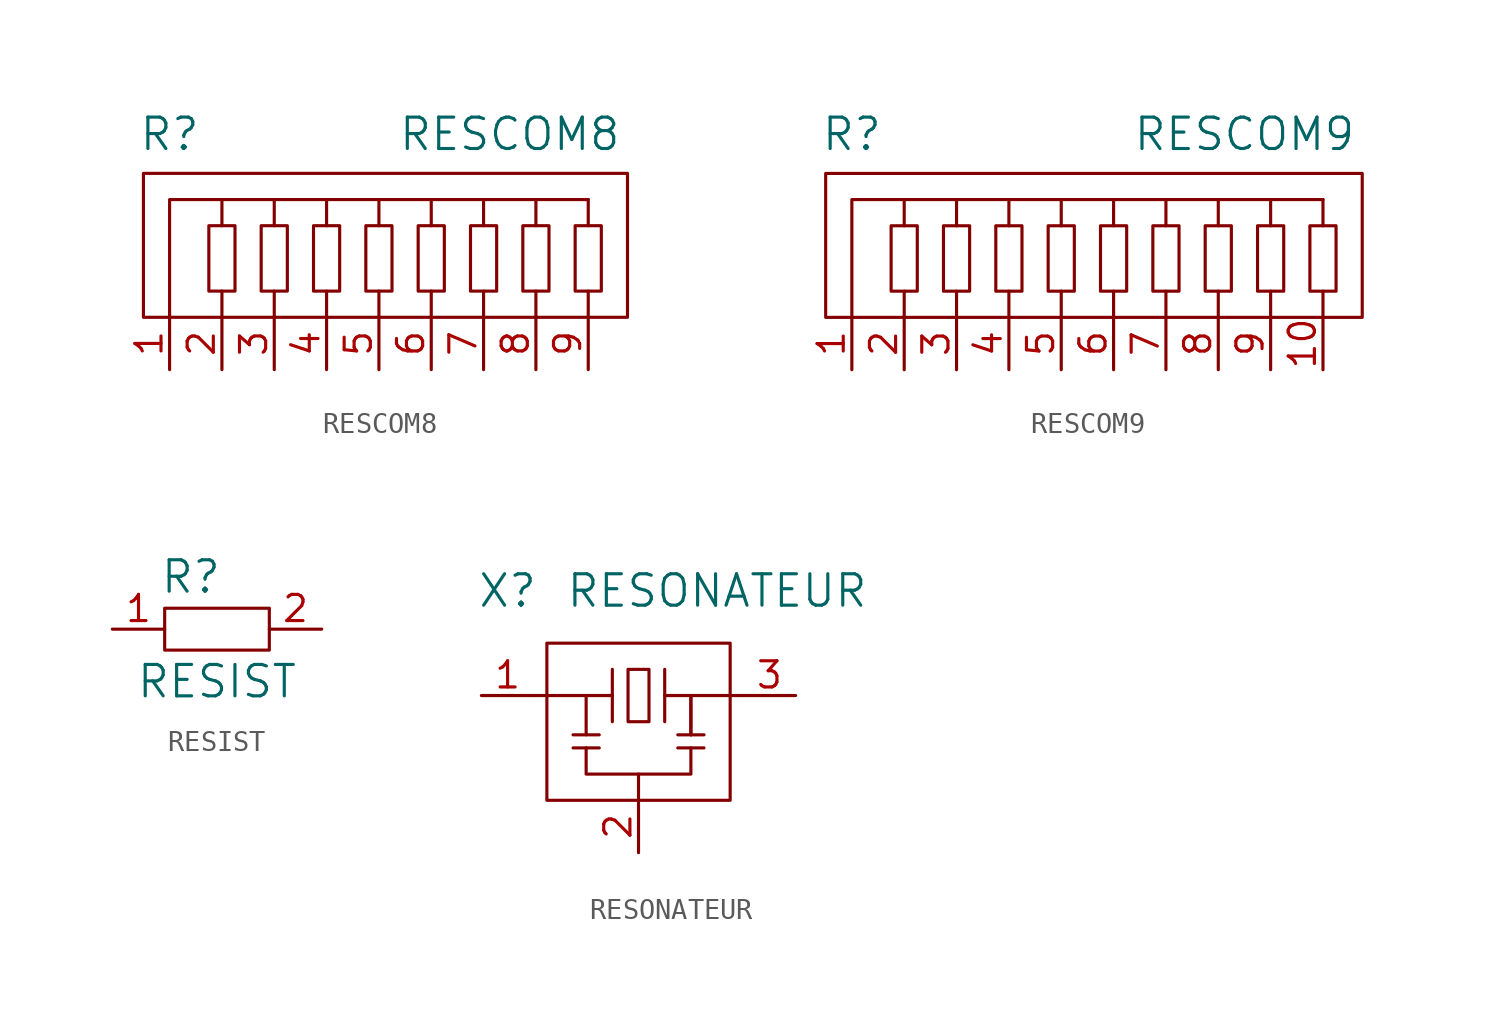
<source format=kicad_sym>
(kicad_symbol_lib
  (version 20211014)
  (generator kicad_symbol_editor)
  (symbol "RESCOM8"
    (pin_names
      (offset 1.016) hide)
    (property "Reference" "R"
      (at -10.16 6.35 0)
      (effects (font (size 1.524 1.524))))
    (property "Value" "RESCOM8"
      (at 6.35 6.35 0)
      (effects (font (size 1.524 1.524))))
    (property "Footprint" ""
      (at 0 0 0)
      (effects (font (size 1.524 1.524))))
    (property "Datasheet" ""
      (at 0 0 0)
      (effects (font (size 1.524 1.524))))
    (symbol "RESCOM8_0_1"
      (rectangle (start -8.255 -1.27) (end -6.985 1.905) (stroke (width 0) (type default) (color 0 0 0 0)) (fill (type none)))
      (rectangle (start -5.715 1.905) (end -4.445 -1.27) (stroke (width 0) (type default) (color 0 0 0 0)) (fill (type none)))
      (rectangle (start -3.175 1.905) (end -1.905 -1.27) (stroke (width 0) (type default) (color 0 0 0 0)) (fill (type none)))
      (rectangle (start -0.635 1.905) (end 0.635 -1.27) (stroke (width 0) (type default) (color 0 0 0 0)) (fill (type none)))
      (polyline (pts (xy -7.62 -1.27) (xy -7.62 -2.54)) (stroke (width 0) (type default) (color 0 0 0 0)) (fill (type none)))
      (polyline (pts (xy -7.62 3.175) (xy -7.62 1.905)) (stroke (width 0) (type default) (color 0 0 0 0)) (fill (type none)))
      (polyline (pts (xy -5.08 -1.27) (xy -5.08 -2.54)) (stroke (width 0) (type default) (color 0 0 0 0)) (fill (type none)))
      (polyline (pts (xy -5.08 3.175) (xy -5.08 1.905)) (stroke (width 0) (type default) (color 0 0 0 0)) (fill (type none)))
      (polyline (pts (xy -2.54 -1.27) (xy -2.54 -2.54)) (stroke (width 0) (type default) (color 0 0 0 0)) (fill (type none)))
      (polyline (pts (xy -2.54 3.175) (xy -2.54 1.905)) (stroke (width 0) (type default) (color 0 0 0 0)) (fill (type none)))
      (polyline (pts (xy 0 -1.27) (xy 0 -2.54)) (stroke (width 0) (type default) (color 0 0 0 0)) (fill (type none)))
      (polyline (pts (xy 0 3.175) (xy 0 1.905)) (stroke (width 0) (type default) (color 0 0 0 0)) (fill (type none)))
      (polyline (pts (xy 2.54 -1.27) (xy 2.54 -2.54)) (stroke (width 0) (type default) (color 0 0 0 0)) (fill (type none)))
      (polyline (pts (xy 2.54 3.175) (xy 2.54 1.905)) (stroke (width 0) (type default) (color 0 0 0 0)) (fill (type none)))
      (polyline (pts (xy 5.08 -1.27) (xy 5.08 -2.54)) (stroke (width 0) (type default) (color 0 0 0 0)) (fill (type none)))
      (polyline (pts (xy 5.08 3.175) (xy 5.08 1.905)) (stroke (width 0) (type default) (color 0 0 0 0)) (fill (type none)))
      (polyline (pts (xy 7.62 -1.27) (xy 7.62 -2.54)) (stroke (width 0) (type default) (color 0 0 0 0)) (fill (type none)))
      (polyline (pts (xy 7.62 3.175) (xy 7.62 1.905)) (stroke (width 0) (type default) (color 0 0 0 0)) (fill (type none)))
      (polyline (pts (xy 10.16 -1.27) (xy 10.16 -2.54)) (stroke (width 0) (type default) (color 0 0 0 0)) (fill (type none)))
      (polyline (pts (xy 10.16 3.175) (xy 10.16 1.905)) (stroke (width 0) (type default) (color 0 0 0 0)) (fill (type none)))
      (polyline (pts (xy 10.16 3.175) (xy -10.16 3.175) (xy -10.16 -2.54)) (stroke (width 0) (type default) (color 0 0 0 0)) (fill (type none)))
      (rectangle (start 1.905 1.905) (end 3.175 -1.27) (stroke (width 0) (type default) (color 0 0 0 0)) (fill (type none)))
      (rectangle (start 4.445 1.905) (end 5.715 -1.27) (stroke (width 0) (type default) (color 0 0 0 0)) (fill (type none)))
      (rectangle (start 6.985 1.905) (end 8.255 -1.27) (stroke (width 0) (type default) (color 0 0 0 0)) (fill (type none)))
      (rectangle (start 9.525 1.905) (end 10.795 -1.27) (stroke (width 0) (type default) (color 0 0 0 0)) (fill (type none)))
      (rectangle (start 12.065 -2.54) (end -11.43 4.445) (stroke (width 0) (type default) (color 0 0 0 0)) (fill (type none))))
    (symbol "RESCOM8_1_1"
      (pin passive line (at -10.16 -5.08 90) (length 2.54) (name "1" (effects (font (size 1.27 1.27)))) (number "1" (effects (font (size 1.27 1.27)))))
      (pin passive line (at -7.62 -5.08 90) (length 2.54) (name "2" (effects (font (size 1.27 1.27)))) (number "2" (effects (font (size 1.27 1.27)))))
      (pin passive line (at -5.08 -5.08 90) (length 2.54) (name "3" (effects (font (size 1.27 1.27)))) (number "3" (effects (font (size 1.27 1.27)))))
      (pin passive line (at -2.54 -5.08 90) (length 2.54) (name "4" (effects (font (size 1.27 1.27)))) (number "4" (effects (font (size 1.27 1.27)))))
      (pin passive line (at 0 -5.08 90) (length 2.54) (name "5" (effects (font (size 1.27 1.27)))) (number "5" (effects (font (size 1.27 1.27)))))
      (pin passive line (at 2.54 -5.08 90) (length 2.54) (name "6" (effects (font (size 1.27 1.27)))) (number "6" (effects (font (size 1.27 1.27)))))
      (pin passive line (at 5.08 -5.08 90) (length 2.54) (name "7" (effects (font (size 1.27 1.27)))) (number "7" (effects (font (size 1.27 1.27)))))
      (pin passive line (at 7.62 -5.08 90) (length 2.54) (name "8" (effects (font (size 1.27 1.27)))) (number "8" (effects (font (size 1.27 1.27)))))
      (pin passive line (at 10.16 -5.08 90) (length 2.54) (name "9" (effects (font (size 1.27 1.27)))) (number "9" (effects (font (size 1.27 1.27)))))))
  (symbol "RESCOM9"
    (pin_names
      (offset 1.016) hide)
    (property "Reference" "R"
      (at -11.43 6.35 0)
      (effects (font (size 1.524 1.524))))
    (property "Value" "RESCOM9"
      (at 7.62 6.35 0)
      (effects (font (size 1.524 1.524))))
    (property "Footprint" ""
      (at 0 0 0)
      (effects (font (size 1.524 1.524))))
    (property "Datasheet" ""
      (at 0 0 0)
      (effects (font (size 1.524 1.524))))
    (symbol "RESCOM9_0_1"
      (rectangle (start -9.525 -1.27) (end -8.255 1.905) (stroke (width 0) (type default) (color 0 0 0 0)) (fill (type none)))
      (rectangle (start -6.985 1.905) (end -5.715 -1.27) (stroke (width 0) (type default) (color 0 0 0 0)) (fill (type none)))
      (rectangle (start -4.445 1.905) (end -3.175 -1.27) (stroke (width 0) (type default) (color 0 0 0 0)) (fill (type none)))
      (rectangle (start -1.905 1.905) (end -0.635 -1.27) (stroke (width 0) (type default) (color 0 0 0 0)) (fill (type none)))
      (polyline (pts (xy -8.89 -1.27) (xy -8.89 -2.54)) (stroke (width 0) (type default) (color 0 0 0 0)) (fill (type none)))
      (polyline (pts (xy -8.89 3.175) (xy -8.89 1.905)) (stroke (width 0) (type default) (color 0 0 0 0)) (fill (type none)))
      (polyline (pts (xy -6.35 -1.27) (xy -6.35 -2.54)) (stroke (width 0) (type default) (color 0 0 0 0)) (fill (type none)))
      (polyline (pts (xy -6.35 3.175) (xy -6.35 1.905)) (stroke (width 0) (type default) (color 0 0 0 0)) (fill (type none)))
      (polyline (pts (xy -3.81 -1.27) (xy -3.81 -2.54)) (stroke (width 0) (type default) (color 0 0 0 0)) (fill (type none)))
      (polyline (pts (xy -3.81 3.175) (xy -3.81 1.905)) (stroke (width 0) (type default) (color 0 0 0 0)) (fill (type none)))
      (polyline (pts (xy -1.27 -1.27) (xy -1.27 -2.54)) (stroke (width 0) (type default) (color 0 0 0 0)) (fill (type none)))
      (polyline (pts (xy -1.27 3.175) (xy -1.27 1.905)) (stroke (width 0) (type default) (color 0 0 0 0)) (fill (type none)))
      (polyline (pts (xy 1.27 -1.27) (xy 1.27 -2.54)) (stroke (width 0) (type default) (color 0 0 0 0)) (fill (type none)))
      (polyline (pts (xy 1.27 3.175) (xy 1.27 1.905)) (stroke (width 0) (type default) (color 0 0 0 0)) (fill (type none)))
      (polyline (pts (xy 3.81 -1.27) (xy 3.81 -2.54)) (stroke (width 0) (type default) (color 0 0 0 0)) (fill (type none)))
      (polyline (pts (xy 3.81 3.175) (xy 3.81 1.905)) (stroke (width 0) (type default) (color 0 0 0 0)) (fill (type none)))
      (polyline (pts (xy 6.35 -1.27) (xy 6.35 -2.54)) (stroke (width 0) (type default) (color 0 0 0 0)) (fill (type none)))
      (polyline (pts (xy 6.35 3.175) (xy 6.35 1.905)) (stroke (width 0) (type default) (color 0 0 0 0)) (fill (type none)))
      (polyline (pts (xy 8.89 -1.27) (xy 8.89 -2.54)) (stroke (width 0) (type default) (color 0 0 0 0)) (fill (type none)))
      (polyline (pts (xy 8.89 3.175) (xy 8.89 1.905)) (stroke (width 0) (type default) (color 0 0 0 0)) (fill (type none)))
      (polyline (pts (xy 11.43 -1.27) (xy 11.43 -2.54)) (stroke (width 0) (type default) (color 0 0 0 0)) (fill (type none)))
      (polyline (pts (xy 11.43 1.905) (xy 11.43 3.175)) (stroke (width 0) (type default) (color 0 0 0 0)) (fill (type none)))
      (polyline (pts (xy 11.43 3.175) (xy -11.43 3.175) (xy -11.43 -2.54)) (stroke (width 0) (type default) (color 0 0 0 0)) (fill (type none)))
      (rectangle (start 0.635 1.905) (end 1.905 -1.27) (stroke (width 0) (type default) (color 0 0 0 0)) (fill (type none)))
      (rectangle (start 3.175 1.905) (end 4.445 -1.27) (stroke (width 0) (type default) (color 0 0 0 0)) (fill (type none)))
      (rectangle (start 5.715 1.905) (end 6.985 -1.27) (stroke (width 0) (type default) (color 0 0 0 0)) (fill (type none)))
      (rectangle (start 8.255 1.905) (end 9.525 -1.27) (stroke (width 0) (type default) (color 0 0 0 0)) (fill (type none)))
      (rectangle (start 10.795 1.905) (end 12.065 -1.27) (stroke (width 0) (type default) (color 0 0 0 0)) (fill (type none)))
      (rectangle (start 13.335 -2.54) (end -12.7 4.445) (stroke (width 0) (type default) (color 0 0 0 0)) (fill (type none))))
    (symbol "RESCOM9_1_1"
      (pin passive line (at -11.43 -5.08 90) (length 2.54) (name "1" (effects (font (size 1.27 1.27)))) (number "1" (effects (font (size 1.27 1.27)))))
      (pin passive line (at 11.43 -5.08 90) (length 2.54) (name "10" (effects (font (size 1.27 1.27)))) (number "10" (effects (font (size 1.27 1.27)))))
      (pin passive line (at -8.89 -5.08 90) (length 2.54) (name "2" (effects (font (size 1.27 1.27)))) (number "2" (effects (font (size 1.27 1.27)))))
      (pin passive line (at -6.35 -5.08 90) (length 2.54) (name "3" (effects (font (size 1.27 1.27)))) (number "3" (effects (font (size 1.27 1.27)))))
      (pin passive line (at -3.81 -5.08 90) (length 2.54) (name "4" (effects (font (size 1.27 1.27)))) (number "4" (effects (font (size 1.27 1.27)))))
      (pin passive line (at -1.27 -5.08 90) (length 2.54) (name "5" (effects (font (size 1.27 1.27)))) (number "5" (effects (font (size 1.27 1.27)))))
      (pin passive line (at 1.27 -5.08 90) (length 2.54) (name "6" (effects (font (size 1.27 1.27)))) (number "6" (effects (font (size 1.27 1.27)))))
      (pin passive line (at 3.81 -5.08 90) (length 2.54) (name "7" (effects (font (size 1.27 1.27)))) (number "7" (effects (font (size 1.27 1.27)))))
      (pin passive line (at 6.35 -5.08 90) (length 2.54) (name "8" (effects (font (size 1.27 1.27)))) (number "8" (effects (font (size 1.27 1.27)))))
      (pin passive line (at 8.89 -5.08 90) (length 2.54) (name "9" (effects (font (size 1.27 1.27)))) (number "9" (effects (font (size 1.27 1.27)))))))
  (symbol "RESIST"
    (pin_names
      (offset 1.016))
    (property "Reference" "R"
      (at -1.27 2.54 0)
      (effects (font (size 1.524 1.524))))
    (property "Value" "RESIST"
      (at 0 -2.54 0)
      (effects (font (size 1.524 1.524))))
    (property "Footprint" ""
      (at 0 0 0)
      (effects (font (size 1.524 1.524))))
    (property "Datasheet" ""
      (at 0 0 0)
      (effects (font (size 1.524 1.524))))
    (symbol "RESIST_0_1"
      (rectangle (start -2.54 1.016) (end 2.54 -1.016) (stroke (width 0) (type default) (color 0 0 0 0)) (fill (type none))))
    (symbol "RESIST_1_1"
      (pin passive line (at -5.08 0 0) (length 2.54) (name "~" (effects (font (size 1.27 1.27)))) (number "1" (effects (font (size 1.27 1.27)))))
      (pin passive line (at 5.08 0 180) (length 2.54) (name "~" (effects (font (size 1.27 1.27)))) (number "2" (effects (font (size 1.27 1.27)))))))
  (symbol "RESONATEUR"
    (pin_names
      (offset 1.016) hide)
    (property "Reference" "X"
      (at -6.35 7.62 0)
      (effects (font (size 1.524 1.524))))
    (property "Value" "RESONATEUR"
      (at 3.81 7.62 0)
      (effects (font (size 1.524 1.524))))
    (property "Footprint" ""
      (at 0 0 0)
      (effects (font (size 1.524 1.524))))
    (property "Datasheet" ""
      (at 0 0 0)
      (effects (font (size 1.524 1.524))))
    (symbol "RESONATEUR_0_1"
      (rectangle (start -4.445 5.08) (end 4.445 -2.54) (stroke (width 0) (type default) (color 0 0 0 0)) (fill (type none)))
      (rectangle (start -0.508 3.81) (end 0.508 1.27) (stroke (width 0) (type default) (color 0 0 0 0)) (fill (type none)))
      (polyline (pts (xy -3.175 0) (xy -1.905 0)) (stroke (width 0) (type default) (color 0 0 0 0)) (fill (type none)))
      (polyline (pts (xy -3.175 0.635) (xy -1.905 0.635)) (stroke (width 0) (type default) (color 0 0 0 0)) (fill (type none)))
      (polyline (pts (xy -2.54 2.54) (xy -2.54 0.635)) (stroke (width 0) (type default) (color 0 0 0 0)) (fill (type none)))
      (polyline (pts (xy -1.27 2.54) (xy -5.08 2.54)) (stroke (width 0) (type default) (color 0 0 0 0)) (fill (type none)))
      (polyline (pts (xy -1.27 3.81) (xy -1.27 1.27)) (stroke (width 0) (type default) (color 0 0 0 0)) (fill (type none)))
      (polyline (pts (xy 0 -2.54) (xy 0 -1.27)) (stroke (width 0) (type default) (color 0 0 0 0)) (fill (type none)))
      (polyline (pts (xy 1.27 3.81) (xy 1.27 1.27)) (stroke (width 0) (type default) (color 0 0 0 0)) (fill (type none)))
      (polyline (pts (xy 1.905 0) (xy 3.175 0)) (stroke (width 0) (type default) (color 0 0 0 0)) (fill (type none)))
      (polyline (pts (xy 1.905 0.635) (xy 3.175 0.635)) (stroke (width 0) (type default) (color 0 0 0 0)) (fill (type none)))
      (polyline (pts (xy 2.54 2.54) (xy 2.54 0.635)) (stroke (width 0) (type default) (color 0 0 0 0)) (fill (type none)))
      (polyline (pts (xy 2.54 2.54) (xy 2.54 0.635)) (stroke (width 0) (type default) (color 0 0 0 0)) (fill (type none)))
      (polyline (pts (xy 5.08 2.54) (xy 1.27 2.54)) (stroke (width 0) (type default) (color 0 0 0 0)) (fill (type none)))
      (polyline (pts (xy -2.54 0) (xy -2.54 -1.27) (xy 2.54 -1.27) (xy 2.54 0)) (stroke (width 0) (type default) (color 0 0 0 0)) (fill (type none))))
    (symbol "RESONATEUR_1_1"
      (pin passive line (at -7.62 2.54 0) (length 2.54) (name "1" (effects (font (size 1.27 1.27)))) (number "1" (effects (font (size 1.27 1.27)))))
      (pin passive line (at 0 -5.08 90) (length 2.54) (name "2" (effects (font (size 1.27 1.27)))) (number "2" (effects (font (size 1.27 1.27)))))
      (pin passive line (at 7.62 2.54 180) (length 2.54) (name "3" (effects (font (size 1.27 1.27)))) (number "3" (effects (font (size 1.27 1.27))))))))
</source>
